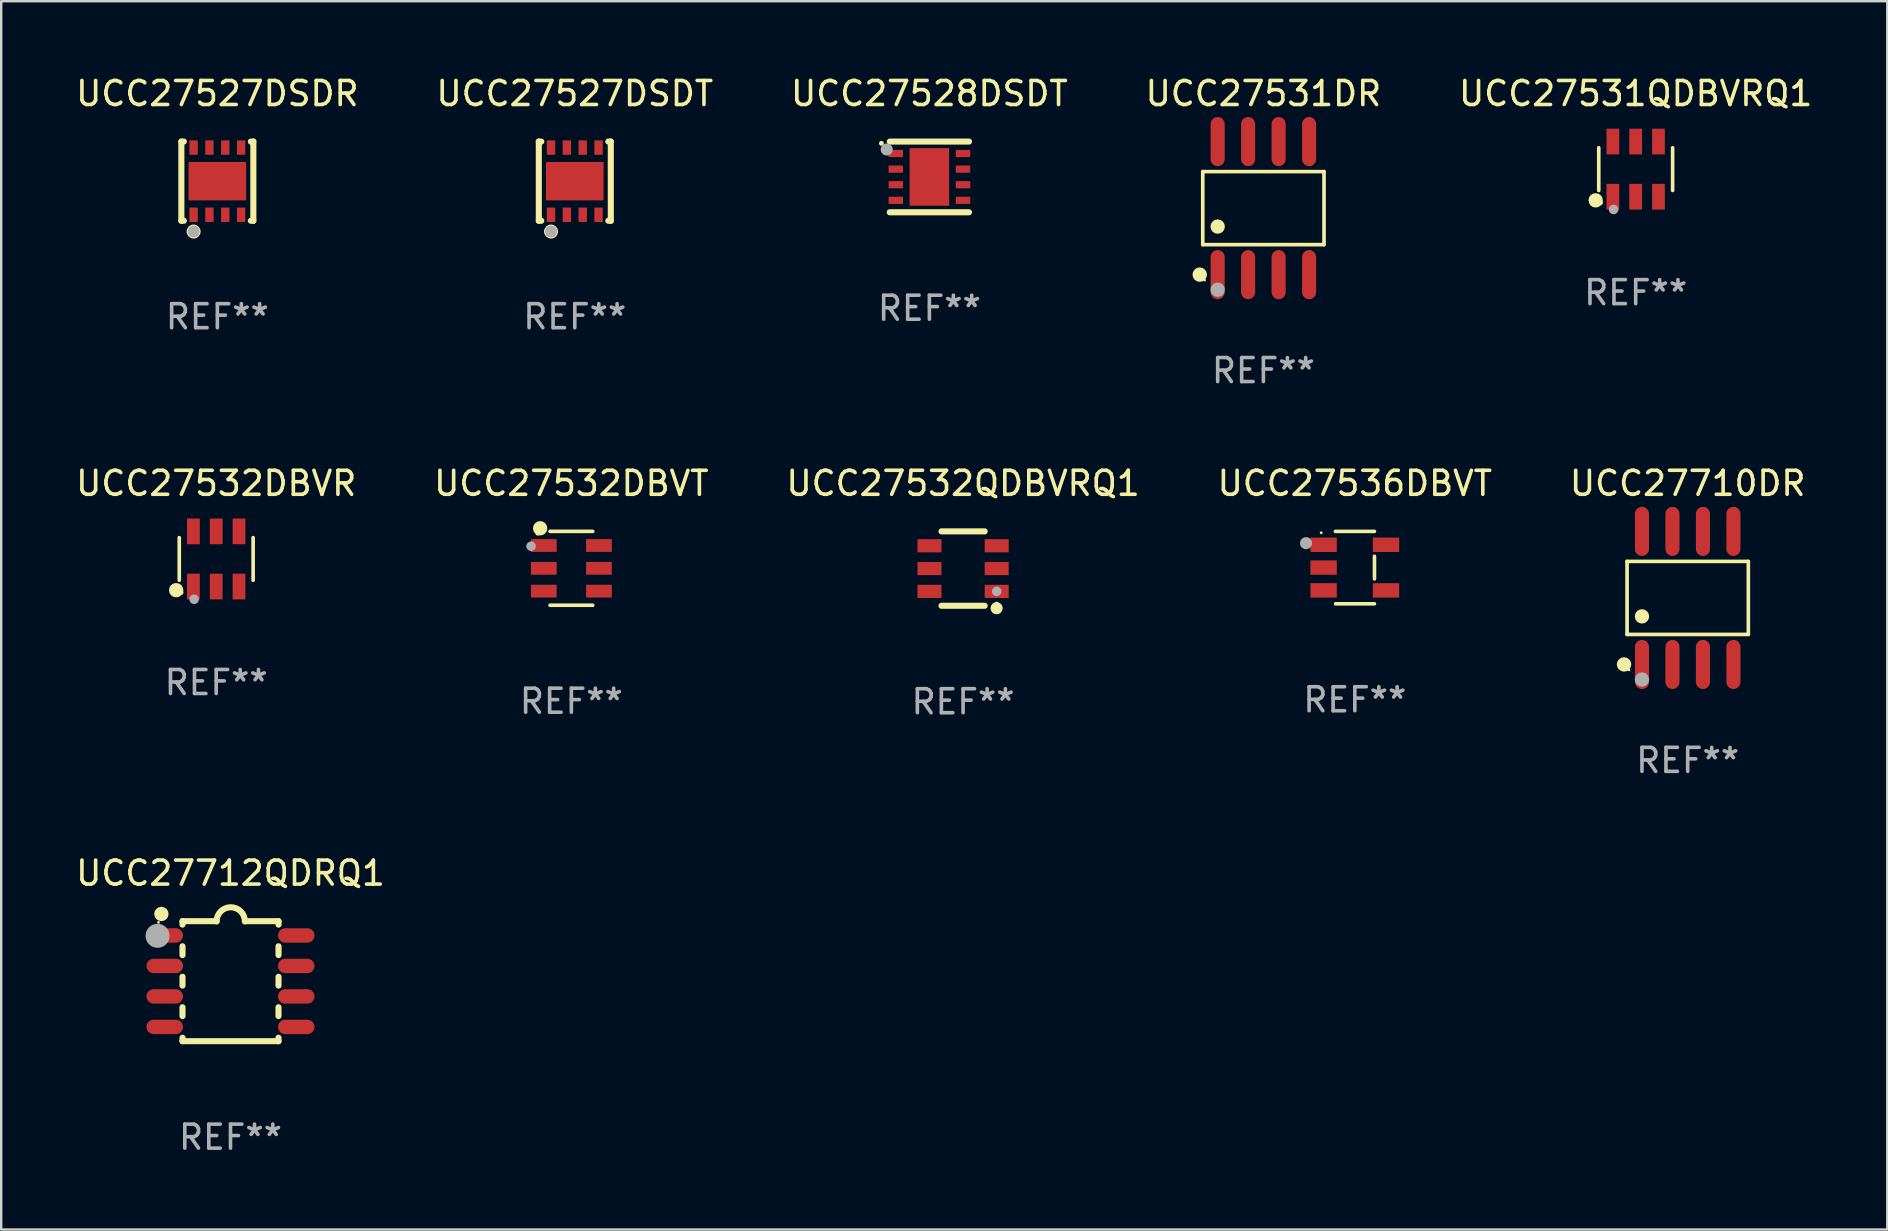
<source format=kicad_pcb>
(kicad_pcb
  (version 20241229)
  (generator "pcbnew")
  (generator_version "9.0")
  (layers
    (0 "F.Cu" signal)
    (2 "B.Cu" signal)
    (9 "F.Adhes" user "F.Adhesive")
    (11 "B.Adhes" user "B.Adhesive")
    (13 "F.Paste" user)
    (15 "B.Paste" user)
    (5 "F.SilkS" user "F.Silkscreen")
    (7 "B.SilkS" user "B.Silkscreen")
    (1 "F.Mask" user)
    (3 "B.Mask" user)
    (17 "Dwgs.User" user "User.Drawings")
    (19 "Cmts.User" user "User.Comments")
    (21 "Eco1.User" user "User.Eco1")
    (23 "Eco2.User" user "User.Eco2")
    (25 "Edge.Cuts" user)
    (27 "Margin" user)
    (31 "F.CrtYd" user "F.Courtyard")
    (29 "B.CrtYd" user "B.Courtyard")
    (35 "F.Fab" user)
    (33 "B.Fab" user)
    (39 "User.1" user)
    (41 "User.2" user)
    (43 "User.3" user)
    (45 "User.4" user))
  (footprint "UCC27527DSDR"
    (layer "F.Cu")
    (at 6.006 4.498)
    (property "Reference" "UCC27527DSDR" (at 0 -3.65 0) (layer "F.SilkS") (effects (font (size 1 1) (thickness 0.15))))
    (attr through_hole)
    (fp_line (start -1.5 -1.65) (end -1.396 -1.65) (stroke (width 0.254) (type solid)) (layer "F.SilkS"))
    (fp_line (start -1.5 1.65) (end -1.5 -1.65) (stroke (width 0.254) (type solid)) (layer "F.SilkS"))
    (fp_line (start -1.5 1.65) (end -1.396 1.65) (stroke (width 0.254) (type solid)) (layer "F.SilkS"))
    (fp_line (start 1.396 -1.65) (end 1.5 -1.65) (stroke (width 0.254) (type solid)) (layer "F.SilkS"))
    (fp_line (start 1.396 1.65) (end 1.5 1.65) (stroke (width 0.254) (type solid)) (layer "F.SilkS"))
    (fp_line (start 1.5 1.65) (end 1.5 -1.65) (stroke (width 0.254) (type solid)) (layer "F.SilkS"))
    (fp_circle (center -1.5 1.5) (end -1.47 1.5) (stroke (width 0.06) (type solid)) (fill no) (layer "F.SilkS"))
    (fp_circle (center -0.99 2.1) (end -0.825 2.1) (stroke (width 0.254) (type solid)) (fill no) (layer "F.SilkS"))
    (fp_circle (center -0.99 2.1) (end -0.865 2.1) (stroke (width 0.25) (type solid)) (fill no) (layer "F.Fab"))
    (fp_text user "REF**" (at 0 5.65 0) (layer "F.Fab") (effects (font (size 1 1) (thickness 0.15))))
    (pad "1" smd rect (at -0.99 1.4) (size 0.35 0.6) (layers "F.Cu" "F.Mask" "F.Paste"))
    (pad "2" smd rect (at -0.33 1.4) (size 0.35 0.6) (layers "F.Cu" "F.Mask" "F.Paste"))
    (pad "3" smd rect (at 0.33 1.4) (size 0.35 0.6) (layers "F.Cu" "F.Mask" "F.Paste"))
    (pad "4" smd rect (at 0.99 1.4) (size 0.35 0.6) (layers "F.Cu" "F.Mask" "F.Paste"))
    (pad "5" smd rect (at 0.99 -1.4) (size 0.35 0.6) (layers "F.Cu" "F.Mask" "F.Paste"))
    (pad "6" smd rect (at 0.33 -1.4) (size 0.35 0.6) (layers "F.Cu" "F.Mask" "F.Paste"))
    (pad "7" smd rect (at -0.33 -1.4) (size 0.35 0.6) (layers "F.Cu" "F.Mask" "F.Paste"))
    (pad "8" smd rect (at -0.99 -1.4) (size 0.35 0.6) (layers "F.Cu" "F.Mask" "F.Paste"))
    (pad "9" smd rect (at 0.000229 0.000089) (size 2.4 1.6) (layers "F.Cu" "F.Mask" "F.Paste")))
  (footprint "UCC27528DSDT"
    (layer "F.Cu")
    (at 35.673 4.321)
    (property "Reference" "UCC27528DSDT" (at 0 -3.473 0) (layer "F.SilkS") (effects (font (size 1 1) (thickness 0.15))))
    (attr through_hole)
    (fp_line (start -1.649 -1.473) (end 1.651 -1.473) (stroke (width 0.254) (type solid)) (layer "F.SilkS"))
    (fp_line (start 1.649 1.473) (end -1.651 1.473) (stroke (width 0.254) (type solid)) (layer "F.SilkS"))
    (fp_arc (start -1.998984 -1.397003) (mid -1.998992 -1.398273) (end -1.998984 -1.399543) (stroke (width 0.2) (type solid)) (layer "F.SilkS"))
    (fp_circle (center -1.5 -1.5) (end -1.47 -1.5) (stroke (width 0.06) (type solid)) (fill no) (layer "F.SilkS"))
    (fp_circle (center -1.778 -1.143) (end -1.651 -1.143) (stroke (width 0.254) (type solid)) (fill no) (layer "F.Fab"))
    (fp_text user "REF**" (at 0 5.473 0) (layer "F.Fab") (effects (font (size 1 1) (thickness 0.15))))
    (pad "1" smd rect (at -1.4 -0.975 270) (size 0.3 0.6) (layers "F.Cu" "F.Mask" "F.Paste"))
    (pad "2" smd rect (at -1.4 -0.325 270) (size 0.3 0.6) (layers "F.Cu" "F.Mask" "F.Paste"))
    (pad "3" smd rect (at -1.4 0.325 270) (size 0.3 0.6) (layers "F.Cu" "F.Mask" "F.Paste"))
    (pad "4" smd rect (at -1.4 0.975 270) (size 0.3 0.6) (layers "F.Cu" "F.Mask" "F.Paste"))
    (pad "5" smd rect (at 1.4 0.975 90) (size 0.3 0.6) (layers "F.Cu" "F.Mask" "F.Paste"))
    (pad "6" smd rect (at 1.4 0.325 90) (size 0.3 0.6) (layers "F.Cu" "F.Mask" "F.Paste"))
    (pad "7" smd rect (at 1.4 -0.325 90) (size 0.3 0.6) (layers "F.Cu" "F.Mask" "F.Paste"))
    (pad "8" smd rect (at 1.4 -0.975 90) (size 0.3 0.6) (layers "F.Cu" "F.Mask" "F.Paste"))
    (pad "9" smd rect (at 0 0 270) (size 2.4 1.65) (layers "F.Cu" "F.Mask" "F.Paste")))
  (footprint "UCC27532DBVR"
    (layer "F.Cu")
    (at 5.958 20.239)
    (property "Reference" "UCC27532DBVR" (at 0 -3.149 0) (layer "F.SilkS") (effects (font (size 1 1) (thickness 0.15))))
    (attr through_hole)
    (fp_line (start -1.539 0.889) (end -1.539 -0.889) (stroke (width 0.152) (type solid)) (layer "F.SilkS"))
    (fp_line (start 1.539 0.889) (end 1.539 -0.889) (stroke (width 0.152) (type solid)) (layer "F.SilkS"))
    (fp_circle (center -1.668 1.301) (end -1.518 1.301) (stroke (width 0.3) (type solid)) (fill no) (layer "F.SilkS"))
    (fp_circle (center -1.463 1.4) (end -1.413 1.4) (stroke (width 0.1) (type solid)) (fill no) (layer "F.SilkS"))
    (fp_circle (center -0.92 1.68) (end -0.82 1.68) (stroke (width 0.2) (type solid)) (fill no) (layer "F.Fab"))
    (fp_text user "REF**" (at 0 5.149 0) (layer "F.Fab") (effects (font (size 1 1) (thickness 0.15))))
    (pad "1" smd rect (at -0.95 1.149) (size 0.532 1.072) (layers "F.Cu" "F.Mask" "F.Paste"))
    (pad "2" smd rect (at 0 1.149) (size 0.532 1.072) (layers "F.Cu" "F.Mask" "F.Paste"))
    (pad "3" smd rect (at 0.95 1.149) (size 0.532 1.072) (layers "F.Cu" "F.Mask" "F.Paste"))
    (pad "4" smd rect (at 0.95 -1.149) (size 0.532 1.072) (layers "F.Cu" "F.Mask" "F.Paste"))
    (pad "5" smd rect (at 0 -1.149) (size 0.532 1.072) (layers "F.Cu" "F.Mask" "F.Paste"))
    (pad "6" smd rect (at -0.95 -1.149) (size 0.532 1.072) (layers "F.Cu" "F.Mask" "F.Paste")))
  (footprint "UCC27532QDBVRQ1"
    (layer "F.Cu")
    (at 37.077 20.64)
    (property "Reference" "UCC27532QDBVRQ1" (at 0 -3.55 0) (layer "F.SilkS") (effects (font (size 1 1) (thickness 0.15))))
    (attr through_hole)
    (fp_line (start -0.9 -1.55) (end 0.9 -1.55) (stroke (width 0.254) (type solid)) (layer "F.SilkS"))
    (fp_line (start -0.9 1.55) (end 0.9 1.55) (stroke (width 0.254) (type solid)) (layer "F.SilkS"))
    (fp_circle (center 1.397 1.651) (end 1.524 1.651) (stroke (width 0.254) (type solid)) (fill no) (layer "F.SilkS"))
    (fp_circle (center 1.4 1.435) (end 1.43 1.435) (stroke (width 0.06) (type solid)) (fill no) (layer "F.SilkS"))
    (fp_circle (center 1.4 0.95) (end 1.5 0.95) (stroke (width 0.2) (type solid)) (fill no) (layer "F.Fab"))
    (fp_text user "REF**" (at 0 5.55 0) (layer "F.Fab") (effects (font (size 1 1) (thickness 0.15))))
    (pad "1" smd rect (at 1.4 0.95) (size 1 0.55) (layers "F.Cu" "F.Mask" "F.Paste"))
    (pad "2" smd rect (at 1.4 -0.000102) (size 1 0.55) (layers "F.Cu" "F.Mask" "F.Paste"))
    (pad "3" smd rect (at 1.4 -0.95) (size 1 0.55) (layers "F.Cu" "F.Mask" "F.Paste"))
    (pad "4" smd rect (at -1.4 -0.95) (size 1 0.55) (layers "F.Cu" "F.Mask" "F.Paste"))
    (pad "5" smd rect (at -1.4 -0.000102) (size 1 0.55) (layers "F.Cu" "F.Mask" "F.Paste"))
    (pad "6" smd rect (at -1.4 0.95) (size 1 0.55) (layers "F.Cu" "F.Mask" "F.Paste")))
  (footprint "UCC27536DBVT"
    (layer "F.Cu")
    (at 53.399 20.599)
    (property "Reference" "UCC27536DBVT" (at 0 -3.509 0) (layer "F.SilkS") (effects (font (size 1 1) (thickness 0.15))))
    (attr through_hole)
    (fp_line (start -0.811 -1.509) (end 0.819 -1.509) (stroke (width 0.15) (type solid)) (layer "F.SilkS"))
    (fp_line (start -0.8 1.509) (end 0.82 1.509) (stroke (width 0.15) (type solid)) (layer "F.SilkS"))
    (fp_line (start 0.819 -0.472) (end 0.819 0.47) (stroke (width 0.15) (type solid)) (layer "F.SilkS"))
    (fp_circle (center -1.4 -1.451) (end -1.37 -1.451) (stroke (width 0.06) (type solid)) (fill no) (layer "F.SilkS"))
    (fp_circle (center -2.032 -1.017) (end -1.905 -1.017) (stroke (width 0.254) (type solid)) (fill no) (layer "F.Fab"))
    (fp_text user "REF**" (at 0 5.509 0) (layer "F.Fab") (effects (font (size 1 1) (thickness 0.15))))
    (pad "1" smd rect (at -1.3 -0.951) (size 1.1 0.6) (layers "F.Cu" "F.Mask" "F.Paste"))
    (pad "2" smd rect (at -1.3 -0.001) (size 1.1 0.6) (layers "F.Cu" "F.Mask" "F.Paste"))
    (pad "3" smd rect (at -1.3 0.949) (size 1.1 0.6) (layers "F.Cu" "F.Mask" "F.Paste"))
    (pad "4" smd rect (at 1.3 0.949) (size 1.1 0.6) (layers "F.Cu" "F.Mask" "F.Paste"))
    (pad "5" smd rect (at 1.3 -0.951) (size 1.1 0.6) (layers "F.Cu" "F.Mask" "F.Paste")))
  (footprint "UCC27531QDBVRQ1"
    (layer "F.Cu")
    (at 65.101 3.997)
    (property "Reference" "UCC27531QDBVRQ1" (at 0 -3.149 0) (layer "F.SilkS") (effects (font (size 1 1) (thickness 0.15))))
    (attr through_hole)
    (fp_line (start -1.539 0.889) (end -1.539 -0.889) (stroke (width 0.152) (type solid)) (layer "F.SilkS"))
    (fp_line (start 1.539 0.889) (end 1.539 -0.889) (stroke (width 0.152) (type solid)) (layer "F.SilkS"))
    (fp_circle (center -1.668 1.301) (end -1.518 1.301) (stroke (width 0.3) (type solid)) (fill no) (layer "F.SilkS"))
    (fp_circle (center -1.463 1.4) (end -1.413 1.4) (stroke (width 0.1) (type solid)) (fill no) (layer "F.SilkS"))
    (fp_circle (center -0.92 1.68) (end -0.82 1.68) (stroke (width 0.2) (type solid)) (fill no) (layer "F.Fab"))
    (fp_text user "REF**" (at 0 5.149 0) (layer "F.Fab") (effects (font (size 1 1) (thickness 0.15))))
    (pad "1" smd rect (at -0.95 1.149) (size 0.532 1.072) (layers "F.Cu" "F.Mask" "F.Paste"))
    (pad "2" smd rect (at 0 1.149) (size 0.532 1.072) (layers "F.Cu" "F.Mask" "F.Paste"))
    (pad "3" smd rect (at 0.95 1.149) (size 0.532 1.072) (layers "F.Cu" "F.Mask" "F.Paste"))
    (pad "4" smd rect (at 0.95 -1.149) (size 0.532 1.072) (layers "F.Cu" "F.Mask" "F.Paste"))
    (pad "5" smd rect (at 0 -1.149) (size 0.532 1.072) (layers "F.Cu" "F.Mask" "F.Paste"))
    (pad "6" smd rect (at -0.95 -1.149) (size 0.532 1.072) (layers "F.Cu" "F.Mask" "F.Paste")))
  (footprint "UCC27710DR"
    (layer "F.Cu")
    (at 67.268 21.862)
    (property "Reference" "UCC27710DR" (at 0 -4.772 0) (layer "F.SilkS") (effects (font (size 1 1) (thickness 0.15))))
    (attr through_hole)
    (fp_line (start -2.526 -1.521) (end 2.526 -1.521) (stroke (width 0.152) (type solid)) (layer "F.SilkS"))
    (fp_line (start -2.526 1.521) (end -2.526 -1.521) (stroke (width 0.152) (type solid)) (layer "F.SilkS"))
    (fp_line (start 2.526 -1.521) (end 2.526 1.521) (stroke (width 0.152) (type solid)) (layer "F.SilkS"))
    (fp_line (start 2.526 1.521) (end -2.526 1.521) (stroke (width 0.152) (type solid)) (layer "F.SilkS"))
    (fp_circle (center -2.652 2.772) (end -2.501 2.772) (stroke (width 0.3) (type solid)) (fill no) (layer "F.SilkS"))
    (fp_circle (center -2.45 3) (end -2.42 3) (stroke (width 0.06) (type solid)) (fill no) (layer "F.SilkS"))
    (fp_circle (center -1.905 0.769) (end -1.755 0.769) (stroke (width 0.3) (type solid)) (fill no) (layer "F.SilkS"))
    (fp_circle (center -1.905 3.4) (end -1.755 3.4) (stroke (width 0.3) (type solid)) (fill no) (layer "F.Fab"))
    (fp_text user "REF**" (at 0 6.772 0) (layer "F.Fab") (effects (font (size 1 1) (thickness 0.15))))
    (pad "1" smd oval (at -1.905 2.772) (size 0.588 2.045) (layers "F.Cu" "F.Mask" "F.Paste"))
    (pad "2" smd oval (at -0.635 2.772) (size 0.588 2.045) (layers "F.Cu" "F.Mask" "F.Paste"))
    (pad "3" smd oval (at 0.635 2.772) (size 0.588 2.045) (layers "F.Cu" "F.Mask" "F.Paste"))
    (pad "4" smd oval (at 1.905 2.772) (size 0.588 2.045) (layers "F.Cu" "F.Mask" "F.Paste"))
    (pad "5" smd oval (at 1.905 -2.772) (size 0.588 2.045) (layers "F.Cu" "F.Mask" "F.Paste"))
    (pad "6" smd oval (at 0.635 -2.772) (size 0.588 2.045) (layers "F.Cu" "F.Mask" "F.Paste"))
    (pad "7" smd oval (at -0.635 -2.772) (size 0.588 2.045) (layers "F.Cu" "F.Mask" "F.Paste"))
    (pad "8" smd oval (at -1.905 -2.772) (size 0.588 2.045) (layers "F.Cu" "F.Mask" "F.Paste")))
  (footprint "UCC27532DBVT"
    (layer "F.Cu")
    (at 20.756 20.629)
    (property "Reference" "UCC27532DBVT" (at 0 -3.539 0) (layer "F.SilkS") (effects (font (size 1 1) (thickness 0.15))))
    (attr through_hole)
    (fp_line (start -0.889 -1.539) (end 0.889 -1.539) (stroke (width 0.152) (type solid)) (layer "F.SilkS"))
    (fp_line (start -0.889 1.539) (end 0.889 1.539) (stroke (width 0.152) (type solid)) (layer "F.SilkS"))
    (fp_circle (center -1.4 -1.463) (end -1.35 -1.463) (stroke (width 0.1) (type solid)) (fill no) (layer "F.SilkS"))
    (fp_circle (center -1.301 -1.668) (end -1.151 -1.668) (stroke (width 0.3) (type solid)) (fill no) (layer "F.SilkS"))
    (fp_circle (center -1.68 -0.92) (end -1.58 -0.92) (stroke (width 0.2) (type solid)) (fill no) (layer "F.Fab"))
    (fp_text user "REF**" (at 0 5.539 0) (layer "F.Fab") (effects (font (size 1 1) (thickness 0.15))))
    (pad "1" smd rect (at -1.149 -0.95 270) (size 0.532 1.072) (layers "F.Cu" "F.Mask" "F.Paste"))
    (pad "2" smd rect (at -1.149 0.000102 270) (size 0.532 1.072) (layers "F.Cu" "F.Mask" "F.Paste"))
    (pad "3" smd rect (at -1.149 0.95 270) (size 0.532 1.072) (layers "F.Cu" "F.Mask" "F.Paste"))
    (pad "4" smd rect (at 1.149 0.95 270) (size 0.532 1.072) (layers "F.Cu" "F.Mask" "F.Paste"))
    (pad "5" smd rect (at 1.149 0.000102 270) (size 0.532 1.072) (layers "F.Cu" "F.Mask" "F.Paste"))
    (pad "6" smd rect (at 1.149 -0.95 270) (size 0.532 1.072) (layers "F.Cu" "F.Mask" "F.Paste")))
  (footprint "UCC27527DSDT"
    (layer "F.Cu")
    (at 20.899 4.498)
    (property "Reference" "UCC27527DSDT" (at 0 -3.65 0) (layer "F.SilkS") (effects (font (size 1 1) (thickness 0.15))))
    (attr through_hole)
    (fp_line (start -1.5 -1.65) (end -1.396 -1.65) (stroke (width 0.254) (type solid)) (layer "F.SilkS"))
    (fp_line (start -1.5 1.65) (end -1.5 -1.65) (stroke (width 0.254) (type solid)) (layer "F.SilkS"))
    (fp_line (start -1.5 1.65) (end -1.396 1.65) (stroke (width 0.254) (type solid)) (layer "F.SilkS"))
    (fp_line (start 1.396 -1.65) (end 1.5 -1.65) (stroke (width 0.254) (type solid)) (layer "F.SilkS"))
    (fp_line (start 1.396 1.65) (end 1.5 1.65) (stroke (width 0.254) (type solid)) (layer "F.SilkS"))
    (fp_line (start 1.5 1.65) (end 1.5 -1.65) (stroke (width 0.254) (type solid)) (layer "F.SilkS"))
    (fp_circle (center -1.5 1.5) (end -1.47 1.5) (stroke (width 0.06) (type solid)) (fill no) (layer "F.SilkS"))
    (fp_circle (center -0.99 2.1) (end -0.825 2.1) (stroke (width 0.254) (type solid)) (fill no) (layer "F.SilkS"))
    (fp_circle (center -0.99 2.1) (end -0.865 2.1) (stroke (width 0.25) (type solid)) (fill no) (layer "F.Fab"))
    (fp_text user "REF**" (at 0 5.65 0) (layer "F.Fab") (effects (font (size 1 1) (thickness 0.15))))
    (pad "1" smd rect (at -0.99 1.4) (size 0.35 0.6) (layers "F.Cu" "F.Mask" "F.Paste"))
    (pad "2" smd rect (at -0.33 1.4) (size 0.35 0.6) (layers "F.Cu" "F.Mask" "F.Paste"))
    (pad "3" smd rect (at 0.33 1.4) (size 0.35 0.6) (layers "F.Cu" "F.Mask" "F.Paste"))
    (pad "4" smd rect (at 0.99 1.4) (size 0.35 0.6) (layers "F.Cu" "F.Mask" "F.Paste"))
    (pad "5" smd rect (at 0.99 -1.4) (size 0.35 0.6) (layers "F.Cu" "F.Mask" "F.Paste"))
    (pad "6" smd rect (at 0.33 -1.4) (size 0.35 0.6) (layers "F.Cu" "F.Mask" "F.Paste"))
    (pad "7" smd rect (at -0.33 -1.4) (size 0.35 0.6) (layers "F.Cu" "F.Mask" "F.Paste"))
    (pad "8" smd rect (at -0.99 -1.4) (size 0.35 0.6) (layers "F.Cu" "F.Mask" "F.Paste"))
    (pad "9" smd rect (at 0.000229 0.000089) (size 2.4 1.6) (layers "F.Cu" "F.Mask" "F.Paste")))
  (footprint "UCC27712QDRQ1"
    (layer "F.Cu")
    (at 6.554 37.831)
    (property "Reference" "UCC27712QDRQ1" (at 0 -4.5 0) (layer "F.SilkS") (effects (font (size 1 1) (thickness 0.15))))
    (attr through_hole)
    (fp_line (start -2 -2.5) (end -2 -2.356) (stroke (width 0.254) (type solid)) (layer "F.SilkS"))
    (fp_line (start -2 -1.454) (end -2 -1.086) (stroke (width 0.254) (type solid)) (layer "F.SilkS"))
    (fp_line (start -2 -0.184) (end -2 0.184) (stroke (width 0.254) (type solid)) (layer "F.SilkS"))
    (fp_line (start -2 1.086) (end -2 1.454) (stroke (width 0.254) (type solid)) (layer "F.SilkS"))
    (fp_line (start -2 2.356) (end -2 2.5) (stroke (width 0.254) (type solid)) (layer "F.SilkS"))
    (fp_line (start -0.58 -2.5) (end -2 -2.5) (stroke (width 0.254) (type solid)) (layer "F.SilkS"))
    (fp_line (start 2 -2.5) (end 0.6 -2.5) (stroke (width 0.254) (type solid)) (layer "F.SilkS"))
    (fp_line (start 2 -2.5) (end 2 -2.356) (stroke (width 0.254) (type solid)) (layer "F.SilkS"))
    (fp_line (start 2 -1.454) (end 2 -1.086) (stroke (width 0.254) (type solid)) (layer "F.SilkS"))
    (fp_line (start 2 -0.184) (end 2 0.184) (stroke (width 0.254) (type solid)) (layer "F.SilkS"))
    (fp_line (start 2 1.086) (end 2 1.454) (stroke (width 0.254) (type solid)) (layer "F.SilkS"))
    (fp_line (start 2 2.356) (end 2 2.5) (stroke (width 0.254) (type solid)) (layer "F.SilkS"))
    (fp_line (start 2 2.5) (end -2 2.5) (stroke (width 0.254) (type solid)) (layer "F.SilkS"))
    (fp_arc (start -0.579908 -2.489992) (mid 0.010097 -3.07831) (end 0.600102 -2.489992) (stroke (width 0.254001) (type solid)) (layer "F.SilkS"))
    (fp_circle (center -3 -2.45) (end -2.97 -2.45) (stroke (width 0.06) (type solid)) (fill no) (layer "F.SilkS"))
    (fp_circle (center -2.88 -2.8) (end -2.73 -2.8) (stroke (width 0.3) (type solid)) (fill no) (layer "F.SilkS"))
    (fp_circle (center -3.04 -1.89) (end -2.79 -1.89) (stroke (width 0.5) (type solid)) (fill no) (layer "F.Fab"))
    (fp_text user "REF**" (at 0 6.5 0) (layer "F.Fab") (effects (font (size 1 1) (thickness 0.15))))
    (pad "1" smd oval (at -2.74 -1.905 90) (size 0.6 1.52) (layers "F.Cu" "F.Mask" "F.Paste"))
    (pad "2" smd oval (at -2.74 -0.635 90) (size 0.6 1.52) (layers "F.Cu" "F.Mask" "F.Paste"))
    (pad "3" smd oval (at -2.74 0.635 90) (size 0.6 1.52) (layers "F.Cu" "F.Mask" "F.Paste"))
    (pad "4" smd oval (at -2.74 1.905 90) (size 0.6 1.52) (layers "F.Cu" "F.Mask" "F.Paste"))
    (pad "5" smd oval (at 2.74 1.905 90) (size 0.6 1.52) (layers "F.Cu" "F.Mask" "F.Paste"))
    (pad "6" smd oval (at 2.74 0.635 90) (size 0.6 1.52) (layers "F.Cu" "F.Mask" "F.Paste"))
    (pad "7" smd oval (at 2.74 -0.635 90) (size 0.6 1.52) (layers "F.Cu" "F.Mask" "F.Paste"))
    (pad "8" smd oval (at 2.74 -1.905 90) (size 0.6 1.52) (layers "F.Cu" "F.Mask" "F.Paste")))
  (footprint "UCC27531DR"
    (layer "F.Cu")
    (at 49.589 5.621)
    (property "Reference" "UCC27531DR" (at 0 -4.772 0) (layer "F.SilkS") (effects (font (size 1 1) (thickness 0.15))))
    (attr through_hole)
    (fp_line (start -2.526 -1.521) (end 2.526 -1.521) (stroke (width 0.152) (type solid)) (layer "F.SilkS"))
    (fp_line (start -2.526 1.521) (end -2.526 -1.521) (stroke (width 0.152) (type solid)) (layer "F.SilkS"))
    (fp_line (start 2.526 -1.521) (end 2.526 1.521) (stroke (width 0.152) (type solid)) (layer "F.SilkS"))
    (fp_line (start 2.526 1.521) (end -2.526 1.521) (stroke (width 0.152) (type solid)) (layer "F.SilkS"))
    (fp_circle (center -2.652 2.772) (end -2.501 2.772) (stroke (width 0.3) (type solid)) (fill no) (layer "F.SilkS"))
    (fp_circle (center -2.45 3) (end -2.42 3) (stroke (width 0.06) (type solid)) (fill no) (layer "F.SilkS"))
    (fp_circle (center -1.905 0.769) (end -1.755 0.769) (stroke (width 0.3) (type solid)) (fill no) (layer "F.SilkS"))
    (fp_circle (center -1.905 3.4) (end -1.755 3.4) (stroke (width 0.3) (type solid)) (fill no) (layer "F.Fab"))
    (fp_text user "REF**" (at 0 6.772 0) (layer "F.Fab") (effects (font (size 1 1) (thickness 0.15))))
    (pad "1" smd oval (at -1.905 2.772) (size 0.588 2.045) (layers "F.Cu" "F.Mask" "F.Paste"))
    (pad "2" smd oval (at -0.635 2.772) (size 0.588 2.045) (layers "F.Cu" "F.Mask" "F.Paste"))
    (pad "3" smd oval (at 0.635 2.772) (size 0.588 2.045) (layers "F.Cu" "F.Mask" "F.Paste"))
    (pad "4" smd oval (at 1.905 2.772) (size 0.588 2.045) (layers "F.Cu" "F.Mask" "F.Paste"))
    (pad "5" smd oval (at 1.905 -2.772) (size 0.588 2.045) (layers "F.Cu" "F.Mask" "F.Paste"))
    (pad "6" smd oval (at 0.635 -2.772) (size 0.588 2.045) (layers "F.Cu" "F.Mask" "F.Paste"))
    (pad "7" smd oval (at -0.635 -2.772) (size 0.588 2.045) (layers "F.Cu" "F.Mask" "F.Paste"))
    (pad "8" smd oval (at -1.905 -2.772) (size 0.588 2.045) (layers "F.Cu" "F.Mask" "F.Paste")))
  (gr_rect
    (start -3 -3)
    (end 75.583 48.179)
    (stroke (width 0.1) (type default))
    (fill no)
    (layer "Edge.Cuts")))
</source>
